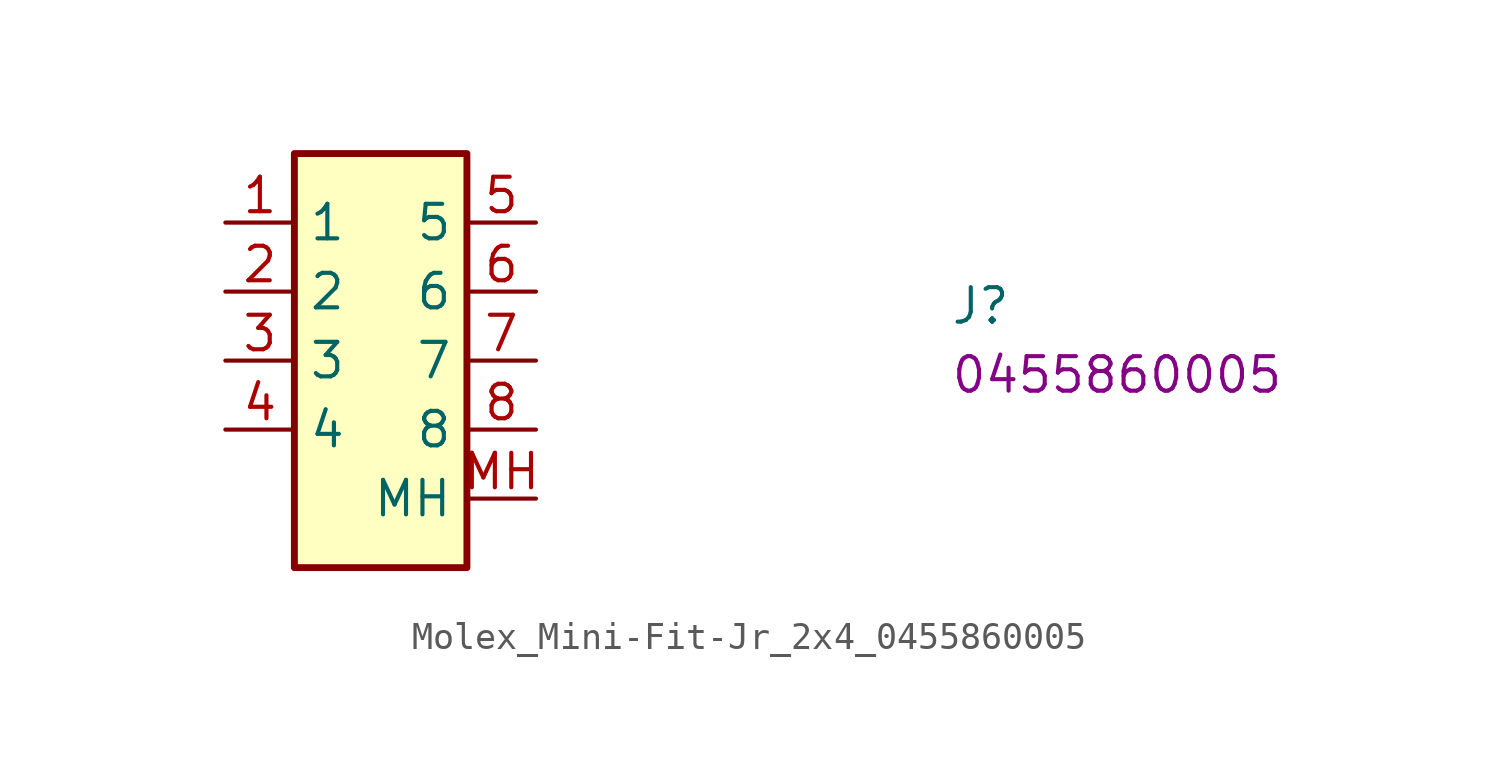
<source format=kicad_sym>
(kicad_symbol_lib
  (version 20220914)
  (generator kicad_symbol_editor)
  (symbol "Molex_Mini-Fit-Jr_2x4_0455860005"
    (property "Reference" "J"
      (at 26.67 -3.81 0)
      (effects (font (size 1.27 1.27) (thickness 0.15)) (justify left bottom)))
    (property "MPN" "0455860005"
      (at 26.67 -6.35 0)
      (effects (font (size 1.27 1.27) (thickness 0.15)) (justify left bottom)))
    (symbol "Molex_Mini-Fit-Jr_2x4_0455860005_1_1"
      (rectangle (start 2.54 2.54) (end 8.89 -12.7) (stroke (width 0.254) (type default)) (fill (type background)))
      (pin bidirectional line (at 0 0 0) (length 2.54) (name "1" (effects (font (size 1.27 1.27)))) (number "1" (effects (font (size 1.27 1.27)))))
      (pin bidirectional line (at 0 -2.54 0) (length 2.54) (name "2" (effects (font (size 1.27 1.27)))) (number "2" (effects (font (size 1.27 1.27)))))
      (pin bidirectional line (at 0 -5.08 0) (length 2.54) (name "3" (effects (font (size 1.27 1.27)))) (number "3" (effects (font (size 1.27 1.27)))))
      (pin bidirectional line (at 0 -7.62 0) (length 2.54) (name "4" (effects (font (size 1.27 1.27)))) (number "4" (effects (font (size 1.27 1.27)))))
      (pin bidirectional line (at 11.43 0 180) (length 2.54) (name "5" (effects (font (size 1.27 1.27)))) (number "5" (effects (font (size 1.27 1.27)))))
      (pin bidirectional line (at 11.43 -2.54 180) (length 2.54) (name "6" (effects (font (size 1.27 1.27)))) (number "6" (effects (font (size 1.27 1.27)))))
      (pin bidirectional line (at 11.43 -5.08 180) (length 2.54) (name "7" (effects (font (size 1.27 1.27)))) (number "7" (effects (font (size 1.27 1.27)))))
      (pin bidirectional line (at 11.43 -7.62 180) (length 2.54) (name "8" (effects (font (size 1.27 1.27)))) (number "8" (effects (font (size 1.27 1.27)))))
      (pin bidirectional line (at 11.43 -10.16 180) (length 2.54) (name "MH" (effects (font (size 1.27 1.27)))) (number "MH" (effects (font (size 1.27 1.27))))))))
</source>
